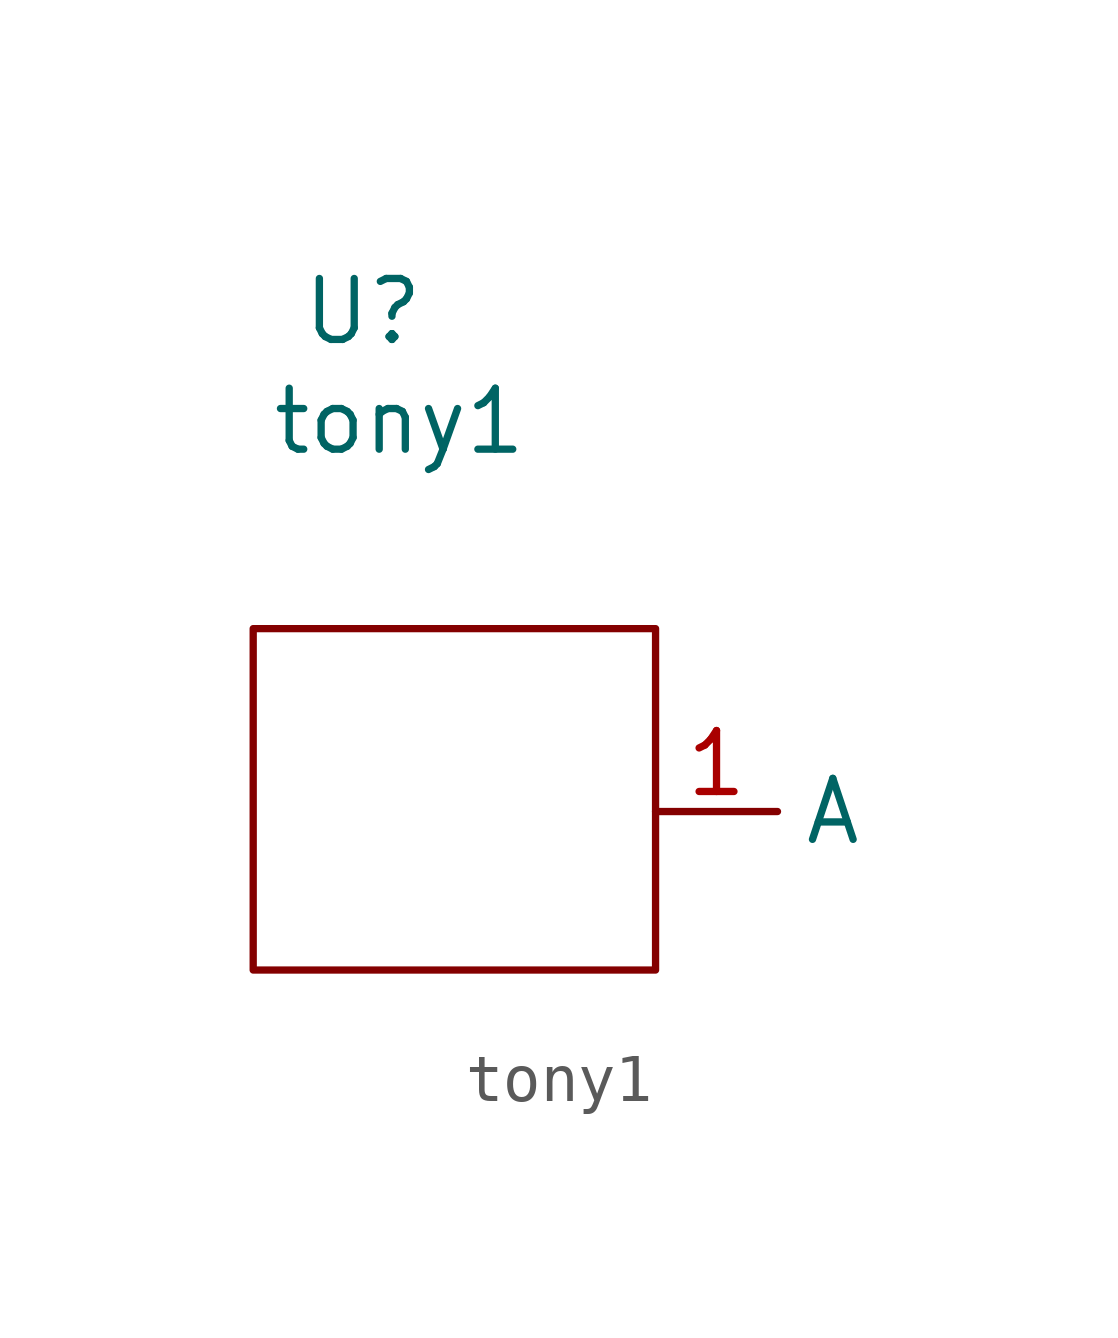
<source format=kicad_sym>
(kicad_symbol_lib
  (version 20211014)
  (generator kicad_symbol_editor)
  (symbol "tony1"
    (property "Reference" "U"
      (at 0 9.398 0)
      (effects (font (size 1.27 1.27))))
    (property "Value" "tony1"
      (at 0.762 7.112 0)
      (effects (font (size 1.27 1.27))))
    (symbol "tony1_0_1"
      (rectangle (start -2.286 2.794) (end 6.096 -4.318) (stroke (width 0) (type default) (color 0 0 0 0)) (fill (type none))))
    (symbol "tony1_1_1"
      (pin input line (at 6.096 -1.016 0) (length 2.54) (name "A" (effects (font (size 1.27 1.27)))) (number "1" (effects (font (size 1.27 1.27))))))))
</source>
